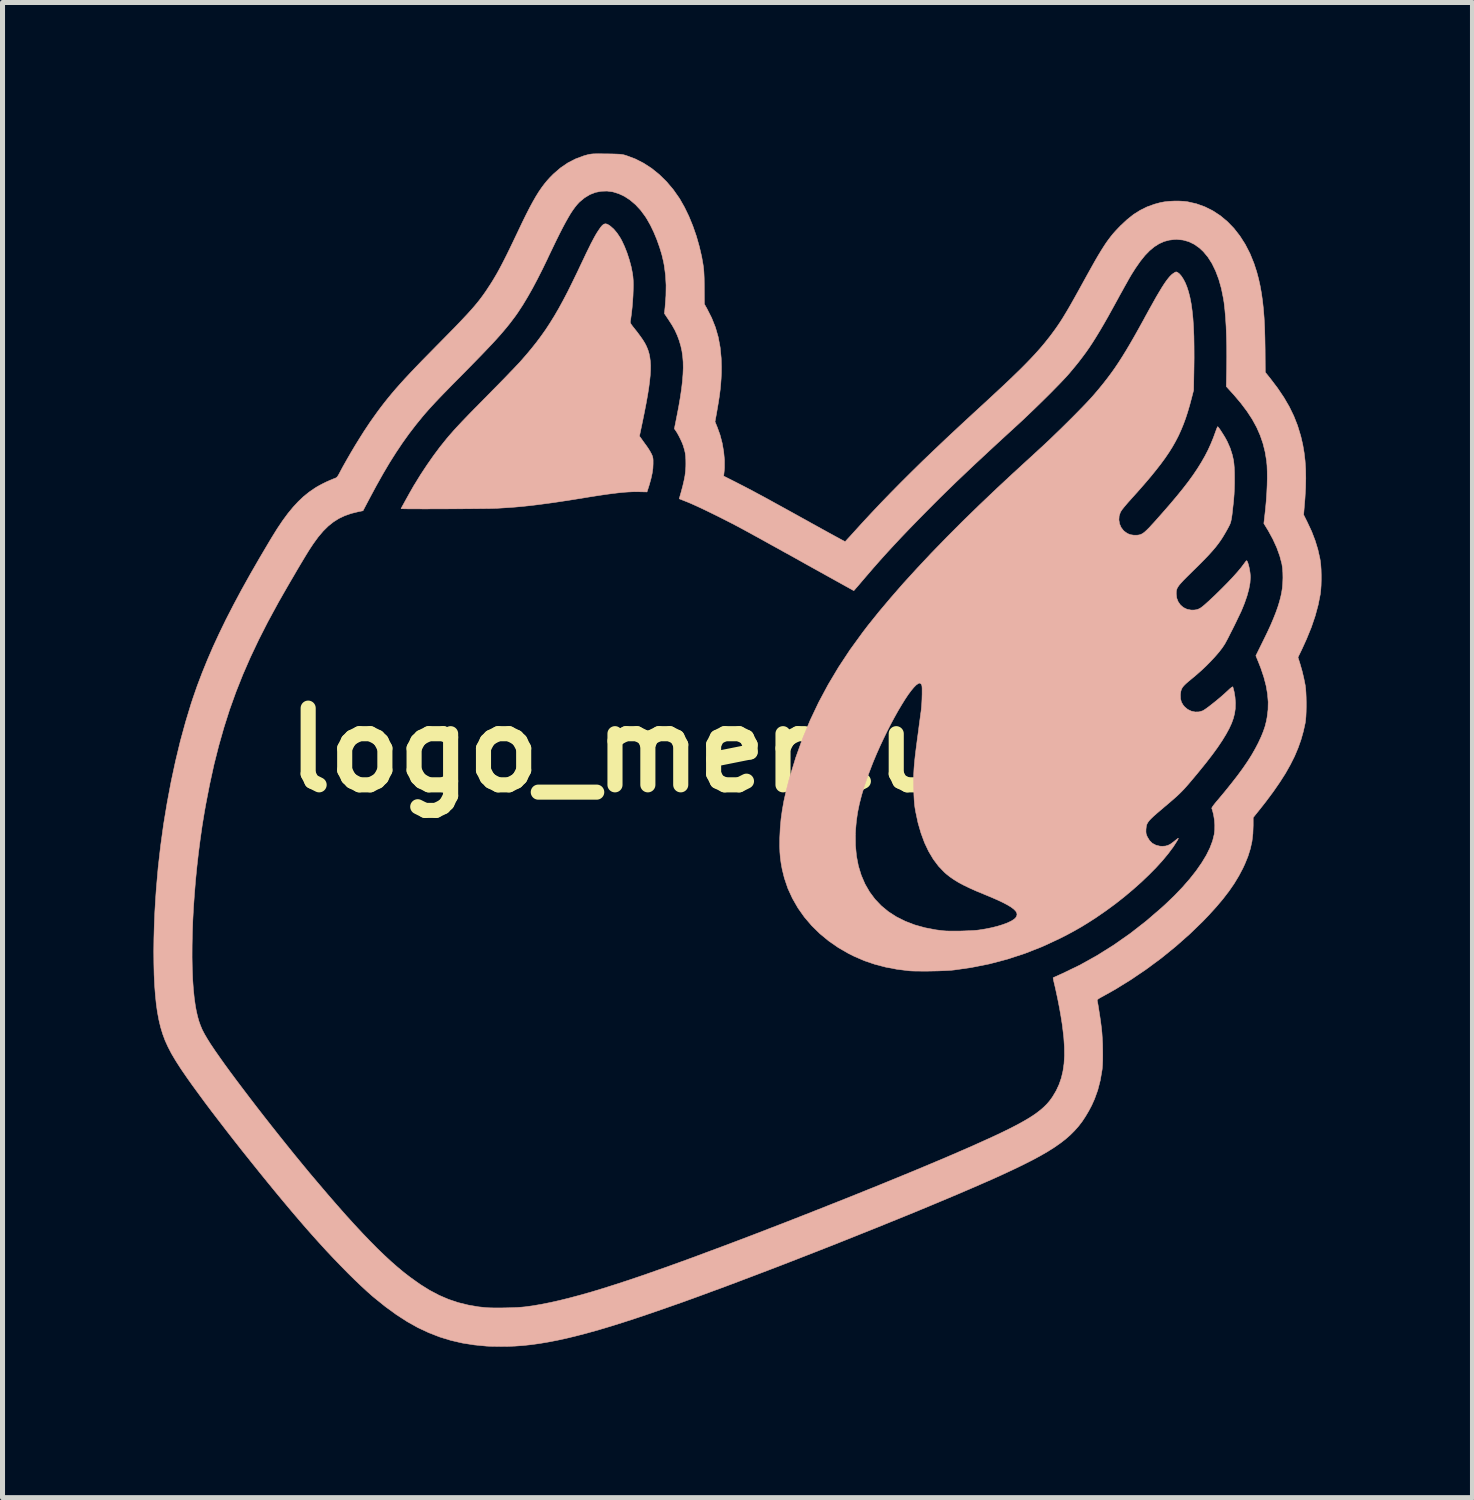
<source format=kicad_pcb>
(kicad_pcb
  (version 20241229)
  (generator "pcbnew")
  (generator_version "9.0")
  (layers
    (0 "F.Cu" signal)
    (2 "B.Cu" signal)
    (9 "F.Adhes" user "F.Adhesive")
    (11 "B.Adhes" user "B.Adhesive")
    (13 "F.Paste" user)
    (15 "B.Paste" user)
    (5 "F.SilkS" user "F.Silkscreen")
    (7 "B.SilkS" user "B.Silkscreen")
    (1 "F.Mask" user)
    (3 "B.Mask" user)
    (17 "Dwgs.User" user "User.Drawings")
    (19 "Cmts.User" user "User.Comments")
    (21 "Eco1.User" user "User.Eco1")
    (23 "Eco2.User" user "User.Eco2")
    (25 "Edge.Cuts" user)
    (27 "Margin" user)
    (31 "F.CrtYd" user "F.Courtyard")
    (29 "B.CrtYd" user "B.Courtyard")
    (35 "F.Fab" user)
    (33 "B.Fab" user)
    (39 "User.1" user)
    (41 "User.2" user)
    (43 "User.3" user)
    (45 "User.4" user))
  (footprint "logo_mercury_2"
    (layer "F.Cu")
    (at 11.6 11.854)
    (property "Reference" "logo_mercury_2" (at 0 0 0) (layer "F.SilkS") (effects (font (size 1.524 1.524) (thickness 0.3))))
    (attr through_hole)
    (fp_poly (pts (xy 3.649 -1.327) (xy 3.67 -1.304) (xy 3.678 -1.283) (xy 3.684 -1.253) (xy 3.689 -1.216) (xy 3.691 -1.171) (xy 3.69 -1.117) (xy 3.687 -1.052) (xy 3.681 -0.975) (xy 3.672 -0.883) (xy 3.66 -0.776) (xy 3.645 -0.651) (xy 3.627 -0.508) (xy 3.607 -0.359) (xy 3.589 -0.223) (xy 3.573 -0.106) (xy 3.56 -0.006) (xy 3.549 0.08) (xy 3.54 0.153) (xy 3.534 0.217) (xy 3.528 0.275) (xy 3.524 0.327) (xy 3.522 0.378) (xy 3.52 0.43) (xy 3.519 0.484) (xy 3.518 0.544) (xy 3.518 0.612) (xy 3.518 0.663) (xy 3.519 0.768) (xy 3.519 0.855) (xy 3.521 0.927) (xy 3.524 0.986) (xy 3.527 1.037) (xy 3.532 1.082) (xy 3.538 1.126) (xy 3.538 1.126) (xy 3.581 1.353) (xy 3.635 1.565) (xy 3.701 1.761) (xy 3.777 1.94) (xy 3.864 2.101) (xy 3.904 2.164) (xy 3.98 2.269) (xy 4.057 2.358) (xy 4.141 2.439) (xy 4.19 2.48) (xy 4.252 2.528) (xy 4.315 2.572) (xy 4.383 2.615) (xy 4.457 2.657) (xy 4.541 2.699) (xy 4.637 2.744) (xy 4.748 2.793) (xy 4.876 2.846) (xy 4.933 2.87) (xy 5.074 2.928) (xy 5.194 2.981) (xy 5.295 3.028) (xy 5.379 3.072) (xy 5.445 3.112) (xy 5.496 3.149) (xy 5.533 3.184) (xy 5.555 3.217) (xy 5.566 3.25) (xy 5.567 3.263) (xy 5.56 3.299) (xy 5.538 3.333) (xy 5.499 3.366) (xy 5.441 3.401) (xy 5.408 3.418) (xy 5.317 3.458) (xy 5.215 3.493) (xy 5.1 3.524) (xy 4.968 3.551) (xy 4.832 3.574) (xy 4.773 3.581) (xy 4.696 3.587) (xy 4.607 3.591) (xy 4.509 3.594) (xy 4.407 3.596) (xy 4.307 3.596) (xy 4.212 3.595) (xy 4.128 3.592) (xy 4.058 3.587) (xy 4.028 3.584) (xy 3.805 3.547) (xy 3.597 3.495) (xy 3.403 3.428) (xy 3.225 3.346) (xy 3.062 3.249) (xy 2.915 3.138) (xy 2.785 3.013) (xy 2.671 2.874) (xy 2.575 2.722) (xy 2.535 2.645) (xy 2.459 2.46) (xy 2.401 2.265) (xy 2.364 2.061) (xy 2.347 1.846) (xy 2.349 1.623) (xy 2.372 1.389) (xy 2.414 1.146) (xy 2.475 0.894) (xy 2.551 0.647) (xy 2.642 0.397) (xy 2.744 0.141) (xy 2.857 -0.116) (xy 2.977 -0.368) (xy 3.101 -0.609) (xy 3.209 -0.801) (xy 3.289 -0.934) (xy 3.362 -1.048) (xy 3.428 -1.143) (xy 3.487 -1.219) (xy 3.539 -1.276) (xy 3.583 -1.313) (xy 3.62 -1.33) (xy 3.649 -1.327)) (stroke (width 0.01) (type solid)) (fill yes) (layer "B.Mask"))
    (fp_poly (pts (xy -8.161 -3.253) (xy -8.161 -3.249) (xy -8.153 -3.234) (xy -8.133 -3.205) (xy -8.102 -3.166) (xy -8.063 -3.119) (xy -8.017 -3.066) (xy -7.968 -3.011) (xy -7.917 -2.955) (xy -7.867 -2.903) (xy -7.848 -2.884) (xy -7.741 -2.778) (xy -7.624 -2.67) (xy -7.498 -2.557) (xy -7.359 -2.439) (xy -7.206 -2.314) (xy -7.038 -2.181) (xy -6.891 -2.066) (xy -6.687 -1.911) (xy -6.479 -1.757) (xy -6.269 -1.606) (xy -6.059 -1.458) (xy -5.851 -1.315) (xy -5.648 -1.179) (xy -5.452 -1.051) (xy -5.264 -0.933) (xy -5.088 -0.826) (xy -4.925 -0.731) (xy -4.861 -0.696) (xy -4.81 -0.668) (xy -4.767 -0.643) (xy -4.735 -0.625) (xy -4.717 -0.614) (xy -4.715 -0.612) (xy -4.719 -0.601) (xy -4.729 -0.573) (xy -4.745 -0.532) (xy -4.765 -0.483) (xy -4.771 -0.467) (xy -4.844 -0.276) (xy -4.911 -0.081) (xy -4.973 0.119) (xy -5.029 0.325) (xy -5.081 0.54) (xy -5.127 0.763) (xy -5.169 0.997) (xy -5.206 1.243) (xy -5.239 1.502) (xy -5.268 1.776) (xy -5.294 2.065) (xy -5.315 2.372) (xy -5.333 2.697) (xy -5.349 3.042) (xy -5.356 3.241) (xy -5.358 3.338) (xy -5.36 3.453) (xy -5.362 3.585) (xy -5.364 3.731) (xy -5.365 3.889) (xy -5.366 4.054) (xy -5.366 4.226) (xy -5.366 4.4) (xy -5.366 4.574) (xy -5.365 4.746) (xy -5.364 4.913) (xy -5.362 5.072) (xy -5.361 5.22) (xy -5.358 5.354) (xy -5.356 5.472) (xy -5.356 5.478) (xy -5.347 5.801) (xy -5.336 6.125) (xy -5.324 6.448) (xy -5.31 6.768) (xy -5.296 7.084) (xy -5.28 7.394) (xy -5.263 7.698) (xy -5.245 7.993) (xy -5.226 8.279) (xy -5.206 8.553) (xy -5.186 8.814) (xy -5.165 9.061) (xy -5.143 9.292) (xy -5.122 9.507) (xy -5.099 9.702) (xy -5.077 9.878) (xy -5.067 9.945) (xy -5.058 10.004) (xy -5.047 10.072) (xy -5.035 10.144) (xy -5.023 10.215) (xy -5.01 10.281) (xy -4.999 10.338) (xy -4.99 10.381) (xy -4.984 10.406) (xy -4.983 10.415) (xy -4.988 10.421) (xy -5.002 10.423) (xy -5.028 10.422) (xy -5.069 10.416) (xy -5.128 10.406) (xy -5.151 10.402) (xy -5.291 10.372) (xy -5.428 10.332) (xy -5.564 10.28) (xy -5.701 10.216) (xy -5.839 10.139) (xy -5.98 10.047) (xy -6.126 9.94) (xy -6.278 9.817) (xy -6.437 9.678) (xy -6.605 9.52) (xy -6.679 9.448) (xy -6.842 9.284) (xy -7.016 9.103) (xy -7.2 8.904) (xy -7.393 8.688) (xy -7.596 8.457) (xy -7.807 8.211) (xy -8.026 7.95) (xy -8.251 7.675) (xy -8.484 7.388) (xy -8.722 7.089) (xy -8.966 6.778) (xy -9.007 6.725) (xy -9.173 6.509) (xy -9.326 6.308) (xy -9.465 6.123) (xy -9.591 5.954) (xy -9.701 5.8) (xy -9.798 5.663) (xy -9.881 5.541) (xy -9.949 5.436) (xy -10.003 5.346) (xy -10.042 5.273) (xy -10.067 5.217) (xy -10.07 5.208) (xy -10.1 5.1) (xy -10.126 4.969) (xy -10.146 4.818) (xy -10.162 4.644) (xy -10.173 4.449) (xy -10.18 4.233) (xy -10.181 4.031) (xy -10.173 3.557) (xy -10.149 3.073) (xy -10.11 2.583) (xy -10.056 2.092) (xy -9.988 1.603) (xy -9.906 1.121) (xy -9.81 0.651) (xy -9.735 0.326) (xy -9.666 0.057) (xy -9.593 -0.203) (xy -9.516 -0.455) (xy -9.434 -0.703) (xy -9.345 -0.948) (xy -9.248 -1.192) (xy -9.144 -1.437) (xy -9.03 -1.687) (xy -8.906 -1.942) (xy -8.771 -2.206) (xy -8.624 -2.48) (xy -8.464 -2.766) (xy -8.329 -3.001) (xy -8.28 -3.085) (xy -8.241 -3.15) (xy -8.211 -3.199) (xy -8.189 -3.232) (xy -8.173 -3.251) (xy -8.164 -3.258) (xy -8.161 -3.253)) (stroke (width 0.01) (type solid)) (fill yes) (layer "B.Mask"))
    (fp_poly (pts (xy -1.926 -4.48) (xy -1.91 -4.48) (xy -1.795 -4.473) (xy -1.687 -4.46) (xy -1.581 -4.441) (xy -1.474 -4.414) (xy -1.362 -4.378) (xy -1.238 -4.331) (xy -1.122 -4.283) (xy -1.049 -4.251) (xy -0.96 -4.209) (xy -0.858 -4.16) (xy -0.746 -4.105) (xy -0.626 -4.045) (xy -0.502 -3.981) (xy -0.376 -3.916) (xy -0.253 -3.851) (xy -0.187 -3.816) (xy -0.121 -3.78) (xy -0.043 -3.737) (xy 0.047 -3.688) (xy 0.146 -3.634) (xy 0.254 -3.574) (xy 0.368 -3.511) (xy 0.487 -3.445) (xy 0.611 -3.377) (xy 0.736 -3.307) (xy 0.863 -3.237) (xy 0.989 -3.167) (xy 1.112 -3.098) (xy 1.232 -3.031) (xy 1.347 -2.967) (xy 1.456 -2.906) (xy 1.556 -2.85) (xy 1.647 -2.799) (xy 1.727 -2.754) (xy 1.794 -2.716) (xy 1.848 -2.685) (xy 1.886 -2.663) (xy 1.907 -2.651) (xy 1.911 -2.648) (xy 1.905 -2.636) (xy 1.888 -2.611) (xy 1.862 -2.573) (xy 1.831 -2.528) (xy 1.81 -2.499) (xy 1.736 -2.395) (xy 1.657 -2.278) (xy 1.575 -2.156) (xy 1.495 -2.032) (xy 1.42 -1.914) (xy 1.354 -1.806) (xy 1.345 -1.791) (xy 1.311 -1.736) (xy 1.28 -1.687) (xy 1.253 -1.647) (xy 1.234 -1.621) (xy 1.224 -1.611) (xy 1.194 -1.597) (xy 1.145 -1.578) (xy 1.081 -1.554) (xy 1.004 -1.526) (xy 0.917 -1.495) (xy 0.822 -1.463) (xy 0.723 -1.429) (xy 0.622 -1.396) (xy 0.522 -1.364) (xy 0.425 -1.333) (xy 0.335 -1.305) (xy 0.255 -1.281) (xy 0.231 -1.275) (xy -0.108 -1.187) (xy -0.458 -1.112) (xy -0.821 -1.05) (xy -1.198 -1) (xy -1.591 -0.962) (xy -1.932 -0.939) (xy -2.028 -0.935) (xy -2.137 -0.931) (xy -2.258 -0.928) (xy -2.384 -0.925) (xy -2.513 -0.924) (xy -2.641 -0.923) (xy -2.763 -0.922) (xy -2.876 -0.923) (xy -2.975 -0.924) (xy -3.058 -0.927) (xy -3.075 -0.927) (xy -3.302 -0.941) (xy -3.512 -0.96) (xy -3.704 -0.984) (xy -3.877 -1.014) (xy -4.031 -1.049) (xy -4.164 -1.089) (xy -4.193 -1.1) (xy -4.305 -1.146) (xy -4.433 -1.207) (xy -4.575 -1.282) (xy -4.733 -1.371) (xy -4.904 -1.473) (xy -5.088 -1.588) (xy -5.285 -1.717) (xy -5.494 -1.857) (xy -5.715 -2.01) (xy -5.946 -2.174) (xy -6.084 -2.274) (xy -6.331 -2.456) (xy -6.56 -2.63) (xy -6.77 -2.796) (xy -6.961 -2.953) (xy -7.132 -3.101) (xy -7.284 -3.241) (xy -7.342 -3.296) (xy -7.437 -3.391) (xy -7.515 -3.476) (xy -7.576 -3.549) (xy -7.622 -3.614) (xy -7.653 -3.67) (xy -7.67 -3.719) (xy -7.675 -3.755) (xy -7.669 -3.797) (xy -7.653 -3.852) (xy -7.629 -3.914) (xy -7.6 -3.977) (xy -7.585 -4.005) (xy -7.568 -4.033) (xy -7.553 -4.052) (xy -7.533 -4.064) (xy -7.503 -4.075) (xy -7.467 -4.084) (xy -7.421 -4.096) (xy -7.372 -4.106) (xy -7.32 -4.115) (xy -7.264 -4.122) (xy -7.201 -4.129) (xy -7.13 -4.134) (xy -7.049 -4.139) (xy -6.958 -4.142) (xy -6.855 -4.145) (xy -6.738 -4.146) (xy -6.606 -4.147) (xy -6.456 -4.147) (xy -6.289 -4.147) (xy -6.102 -4.146) (xy -5.985 -4.145) (xy -5.735 -4.143) (xy -5.504 -4.143) (xy -5.29 -4.145) (xy -5.09 -4.148) (xy -4.902 -4.152) (xy -4.723 -4.159) (xy -4.551 -4.169) (xy -4.383 -4.18) (xy -4.216 -4.194) (xy -4.048 -4.212) (xy -3.877 -4.232) (xy -3.699 -4.255) (xy -3.513 -4.281) (xy -3.315 -4.312) (xy -3.103 -4.346) (xy -3.003 -4.362) (xy -2.841 -4.388) (xy -2.699 -4.411) (xy -2.573 -4.43) (xy -2.463 -4.446) (xy -2.366 -4.458) (xy -2.279 -4.468) (xy -2.201 -4.475) (xy -2.128 -4.479) (xy -2.06 -4.482) (xy -1.993 -4.482) (xy -1.926 -4.48)) (stroke (width 0.01) (type solid)) (fill yes) (layer "B.Mask"))
    (fp_poly (pts (xy 0.815 -0.768) (xy 0.812 -0.758) (xy 0.802 -0.73) (xy 0.787 -0.688) (xy 0.766 -0.635) (xy 0.742 -0.575) (xy 0.742 -0.573) (xy 0.613 -0.232) (xy 0.501 0.099) (xy 0.407 0.421) (xy 0.33 0.732) (xy 0.271 1.032) (xy 0.23 1.32) (xy 0.206 1.597) (xy 0.2 1.813) (xy 0.203 1.994) (xy 0.213 2.162) (xy 0.231 2.32) (xy 0.258 2.477) (xy 0.282 2.59) (xy 0.348 2.824) (xy 0.434 3.052) (xy 0.54 3.272) (xy 0.664 3.484) (xy 0.806 3.686) (xy 0.964 3.878) (xy 1.138 4.058) (xy 1.327 4.226) (xy 1.53 4.38) (xy 1.745 4.521) (xy 1.973 4.646) (xy 2.211 4.755) (xy 2.46 4.848) (xy 2.581 4.885) (xy 2.846 4.951) (xy 3.123 5) (xy 3.411 5.031) (xy 3.708 5.044) (xy 4.014 5.04) (xy 4.327 5.018) (xy 4.646 4.979) (xy 4.969 4.922) (xy 5.296 4.848) (xy 5.543 4.781) (xy 5.59 4.768) (xy 5.628 4.758) (xy 5.654 4.753) (xy 5.662 4.752) (xy 5.669 4.767) (xy 5.678 4.801) (xy 5.691 4.851) (xy 5.705 4.914) (xy 5.721 4.987) (xy 5.738 5.066) (xy 5.755 5.151) (xy 5.771 5.236) (xy 5.787 5.32) (xy 5.801 5.399) (xy 5.813 5.471) (xy 5.82 5.516) (xy 5.842 5.696) (xy 5.856 5.857) (xy 5.861 6) (xy 5.857 6.128) (xy 5.843 6.242) (xy 5.819 6.343) (xy 5.785 6.432) (xy 5.742 6.513) (xy 5.688 6.585) (xy 5.679 6.594) (xy 5.641 6.631) (xy 5.588 6.673) (xy 5.522 6.719) (xy 5.44 6.769) (xy 5.344 6.824) (xy 5.232 6.884) (xy 5.105 6.95) (xy 4.961 7.02) (xy 4.801 7.096) (xy 4.624 7.178) (xy 4.429 7.265) (xy 4.217 7.358) (xy 3.988 7.458) (xy 3.74 7.563) (xy 3.473 7.675) (xy 3.187 7.794) (xy 2.882 7.919) (xy 2.557 8.051) (xy 2.212 8.191) (xy 1.847 8.337) (xy 1.839 8.34) (xy 1.374 8.525) (xy 0.926 8.702) (xy 0.494 8.87) (xy 0.078 9.03) (xy -0.32 9.182) (xy -0.7 9.325) (xy -1.064 9.459) (xy -1.409 9.584) (xy -1.736 9.701) (xy -2.045 9.808) (xy -2.335 9.907) (xy -2.606 9.996) (xy -2.858 10.076) (xy -3.091 10.147) (xy -3.305 10.208) (xy -3.368 10.225) (xy -3.474 10.253) (xy -3.585 10.281) (xy -3.697 10.307) (xy -3.807 10.332) (xy -3.914 10.355) (xy -4.013 10.375) (xy -4.102 10.391) (xy -4.178 10.403) (xy -4.239 10.411) (xy -4.281 10.414) (xy -4.315 10.414) (xy -4.344 10.295) (xy -4.371 10.168) (xy -4.398 10.022) (xy -4.424 9.854) (xy -4.449 9.666) (xy -4.474 9.457) (xy -4.498 9.227) (xy -4.522 8.975) (xy -4.544 8.702) (xy -4.567 8.408) (xy -4.588 8.092) (xy -4.609 7.754) (xy -4.626 7.46) (xy -4.653 6.947) (xy -4.675 6.447) (xy -4.693 5.961) (xy -4.706 5.488) (xy -4.716 5.03) (xy -4.72 4.587) (xy -4.721 4.16) (xy -4.717 3.749) (xy -4.709 3.355) (xy -4.696 2.979) (xy -4.68 2.62) (xy -4.659 2.28) (xy -4.634 1.959) (xy -4.604 1.658) (xy -4.57 1.377) (xy -4.532 1.118) (xy -4.516 1.018) (xy -4.473 0.79) (xy -4.425 0.577) (xy -4.37 0.37) (xy -4.307 0.163) (xy -4.278 0.076) (xy -4.258 0.02) (xy -4.236 -0.044) (xy -4.211 -0.111) (xy -4.186 -0.178) (xy -4.161 -0.242) (xy -4.139 -0.299) (xy -4.121 -0.345) (xy -4.107 -0.376) (xy -4.102 -0.387) (xy -4.089 -0.389) (xy -4.061 -0.386) (xy -4.024 -0.38) (xy -3.978 -0.371) (xy -3.914 -0.361) (xy -3.837 -0.35) (xy -3.752 -0.338) (xy -3.661 -0.326) (xy -3.57 -0.315) (xy -3.484 -0.305) (xy -3.406 -0.297) (xy -3.395 -0.296) (xy -3.337 -0.292) (xy -3.26 -0.289) (xy -3.166 -0.286) (xy -3.058 -0.284) (xy -2.939 -0.282) (xy -2.812 -0.281) (xy -2.678 -0.281) (xy -2.542 -0.281) (xy -2.405 -0.282) (xy -2.271 -0.284) (xy -2.141 -0.286) (xy -2.02 -0.289) (xy -1.909 -0.292) (xy -1.811 -0.296) (xy -1.729 -0.3) (xy -1.7 -0.302) (xy -1.387 -0.328) (xy -1.091 -0.359) (xy -0.811 -0.395) (xy -0.542 -0.437) (xy -0.282 -0.485) (xy -0.026 -0.54) (xy 0.229 -0.603) (xy 0.486 -0.674) (xy 0.613 -0.711) (xy 0.676 -0.73) (xy 0.73 -0.746) (xy 0.774 -0.758) (xy 0.803 -0.766) (xy 0.815 -0.768) (xy 0.815 -0.768)) (stroke (width 0.01) (type solid)) (fill yes) (layer "B.Mask"))
    (fp_poly (pts (xy -2.585 -10.45) (xy -2.545 -10.427) (xy -2.519 -10.408) (xy -2.454 -10.35) (xy -2.39 -10.274) (xy -2.329 -10.182) (xy -2.297 -10.125) (xy -2.242 -10.008) (xy -2.191 -9.878) (xy -2.146 -9.74) (xy -2.109 -9.602) (xy -2.083 -9.47) (xy -2.075 -9.41) (xy -2.069 -9.337) (xy -2.067 -9.245) (xy -2.069 -9.141) (xy -2.073 -9.027) (xy -2.081 -8.908) (xy -2.091 -8.788) (xy -2.104 -8.671) (xy -2.119 -8.562) (xy -2.126 -8.519) (xy -2.127 -8.5) (xy -2.122 -8.482) (xy -2.108 -8.458) (xy -2.084 -8.425) (xy -2.062 -8.397) (xy -1.988 -8.304) (xy -1.928 -8.223) (xy -1.879 -8.153) (xy -1.84 -8.09) (xy -1.809 -8.031) (xy -1.785 -7.974) (xy -1.773 -7.942) (xy -1.753 -7.875) (xy -1.739 -7.804) (xy -1.729 -7.727) (xy -1.724 -7.642) (xy -1.725 -7.549) (xy -1.731 -7.445) (xy -1.743 -7.328) (xy -1.76 -7.198) (xy -1.783 -7.053) (xy -1.812 -6.891) (xy -1.847 -6.711) (xy -1.884 -6.529) (xy -1.945 -6.239) (xy -1.903 -6.181) (xy -1.877 -6.144) (xy -1.844 -6.098) (xy -1.81 -6.052) (xy -1.802 -6.041) (xy -1.769 -5.993) (xy -1.737 -5.941) (xy -1.712 -5.895) (xy -1.707 -5.886) (xy -1.692 -5.853) (xy -1.683 -5.826) (xy -1.677 -5.798) (xy -1.674 -5.763) (xy -1.674 -5.714) (xy -1.674 -5.687) (xy -1.678 -5.598) (xy -1.692 -5.502) (xy -1.715 -5.396) (xy -1.748 -5.276) (xy -1.77 -5.207) (xy -1.795 -5.13) (xy -1.933 -5.133) (xy -2.009 -5.134) (xy -2.087 -5.133) (xy -2.169 -5.129) (xy -2.259 -5.123) (xy -2.357 -5.113) (xy -2.466 -5.1) (xy -2.588 -5.084) (xy -2.725 -5.064) (xy -2.88 -5.04) (xy -3.042 -5.014) (xy -3.262 -4.978) (xy -3.463 -4.947) (xy -3.648 -4.919) (xy -3.818 -4.896) (xy -3.977 -4.875) (xy -4.128 -4.857) (xy -4.272 -4.842) (xy -4.412 -4.829) (xy -4.551 -4.819) (xy -4.692 -4.81) (xy -4.793 -4.804) (xy -4.83 -4.803) (xy -4.886 -4.801) (xy -4.956 -4.8) (xy -5.041 -4.799) (xy -5.137 -4.798) (xy -5.242 -4.797) (xy -5.356 -4.796) (xy -5.475 -4.795) (xy -5.599 -4.794) (xy -5.724 -4.794) (xy -5.849 -4.793) (xy -5.973 -4.793) (xy -6.093 -4.793) (xy -6.207 -4.792) (xy -6.313 -4.793) (xy -6.409 -4.793) (xy -6.494 -4.793) (xy -6.566 -4.794) (xy -6.622 -4.795) (xy -6.66 -4.796) (xy -6.679 -4.797) (xy -6.681 -4.797) (xy -6.676 -4.809) (xy -6.662 -4.837) (xy -6.639 -4.878) (xy -6.611 -4.929) (xy -6.579 -4.987) (xy -6.544 -5.05) (xy -6.509 -5.113) (xy -6.474 -5.174) (xy -6.442 -5.23) (xy -6.414 -5.278) (xy -6.413 -5.278) (xy -6.296 -5.469) (xy -6.17 -5.66) (xy -6.04 -5.846) (xy -5.91 -6.021) (xy -5.782 -6.18) (xy -5.775 -6.189) (xy -5.731 -6.241) (xy -5.686 -6.292) (xy -5.64 -6.345) (xy -5.59 -6.4) (xy -5.535 -6.459) (xy -5.474 -6.524) (xy -5.406 -6.595) (xy -5.328 -6.676) (xy -5.24 -6.766) (xy -5.139 -6.868) (xy -5.026 -6.983) (xy -4.948 -7.062) (xy -4.856 -7.156) (xy -4.765 -7.248) (xy -4.676 -7.339) (xy -4.592 -7.425) (xy -4.515 -7.506) (xy -4.445 -7.578) (xy -4.386 -7.641) (xy -4.338 -7.691) (xy -4.304 -7.728) (xy -4.304 -7.729) (xy -4.191 -7.858) (xy -4.086 -7.984) (xy -3.988 -8.107) (xy -3.895 -8.232) (xy -3.805 -8.359) (xy -3.719 -8.491) (xy -3.633 -8.63) (xy -3.547 -8.778) (xy -3.46 -8.937) (xy -3.37 -9.109) (xy -3.277 -9.297) (xy -3.177 -9.503) (xy -3.12 -9.624) (xy -3.056 -9.758) (xy -3.001 -9.875) (xy -2.952 -9.974) (xy -2.91 -10.06) (xy -2.872 -10.132) (xy -2.839 -10.194) (xy -2.809 -10.247) (xy -2.781 -10.293) (xy -2.758 -10.327) (xy -2.717 -10.387) (xy -2.682 -10.428) (xy -2.65 -10.451) (xy -2.619 -10.458) (xy -2.585 -10.45)) (stroke (width 0.01) (type solid)) (fill yes) (layer "B.SilkS"))
    (fp_poly (pts (xy 8.729 -9.5) (xy 8.746 -9.492) (xy 8.784 -9.463) (xy 8.824 -9.416) (xy 8.864 -9.354) (xy 8.902 -9.28) (xy 8.933 -9.203) (xy 8.965 -9.104) (xy 8.993 -8.993) (xy 9.017 -8.869) (xy 9.036 -8.731) (xy 9.052 -8.578) (xy 9.063 -8.409) (xy 9.071 -8.222) (xy 9.074 -8.017) (xy 9.075 -7.792) (xy 9.073 -7.62) (xy 9.065 -7.151) (xy 9.028 -7.007) (xy 8.987 -6.853) (xy 8.947 -6.717) (xy 8.907 -6.594) (xy 8.865 -6.48) (xy 8.821 -6.372) (xy 8.773 -6.265) (xy 8.752 -6.222) (xy 8.699 -6.121) (xy 8.64 -6.018) (xy 8.574 -5.913) (xy 8.499 -5.803) (xy 8.414 -5.687) (xy 8.318 -5.564) (xy 8.211 -5.432) (xy 8.09 -5.29) (xy 7.955 -5.136) (xy 7.83 -4.997) (xy 7.753 -4.911) (xy 7.692 -4.839) (xy 7.647 -4.783) (xy 7.619 -4.741) (xy 7.611 -4.727) (xy 7.586 -4.652) (xy 7.581 -4.574) (xy 7.594 -4.497) (xy 7.624 -4.426) (xy 7.67 -4.365) (xy 7.691 -4.346) (xy 7.749 -4.305) (xy 7.807 -4.281) (xy 7.873 -4.271) (xy 7.903 -4.27) (xy 7.946 -4.271) (xy 7.983 -4.276) (xy 8.017 -4.286) (xy 8.051 -4.303) (xy 8.087 -4.329) (xy 8.128 -4.366) (xy 8.177 -4.414) (xy 8.235 -4.477) (xy 8.284 -4.53) (xy 8.448 -4.715) (xy 8.597 -4.886) (xy 8.731 -5.045) (xy 8.852 -5.194) (xy 8.961 -5.335) (xy 9.058 -5.469) (xy 9.144 -5.597) (xy 9.221 -5.721) (xy 9.29 -5.842) (xy 9.352 -5.962) (xy 9.407 -6.083) (xy 9.457 -6.205) (xy 9.499 -6.32) (xy 9.515 -6.364) (xy 9.529 -6.4) (xy 9.539 -6.422) (xy 9.544 -6.427) (xy 9.554 -6.418) (xy 9.573 -6.394) (xy 9.598 -6.358) (xy 9.627 -6.313) (xy 9.658 -6.264) (xy 9.688 -6.215) (xy 9.714 -6.168) (xy 9.734 -6.13) (xy 9.791 -6.001) (xy 9.833 -5.869) (xy 9.858 -5.759) (xy 9.866 -5.695) (xy 9.873 -5.614) (xy 9.877 -5.519) (xy 9.878 -5.415) (xy 9.878 -5.305) (xy 9.875 -5.194) (xy 9.87 -5.085) (xy 9.862 -4.983) (xy 9.858 -4.936) (xy 9.846 -4.832) (xy 9.837 -4.747) (xy 9.829 -4.678) (xy 9.821 -4.623) (xy 9.813 -4.578) (xy 9.805 -4.542) (xy 9.796 -4.512) (xy 9.785 -4.484) (xy 9.771 -4.456) (xy 9.755 -4.425) (xy 9.745 -4.406) (xy 9.699 -4.324) (xy 9.654 -4.248) (xy 9.608 -4.176) (xy 9.559 -4.107) (xy 9.505 -4.037) (xy 9.444 -3.965) (xy 9.375 -3.888) (xy 9.295 -3.804) (xy 9.203 -3.71) (xy 9.097 -3.605) (xy 9.068 -3.577) (xy 8.985 -3.495) (xy 8.916 -3.427) (xy 8.86 -3.37) (xy 8.816 -3.322) (xy 8.782 -3.283) (xy 8.758 -3.249) (xy 8.74 -3.22) (xy 8.73 -3.192) (xy 8.723 -3.165) (xy 8.721 -3.136) (xy 8.72 -3.104) (xy 8.72 -3.103) (xy 8.73 -3.021) (xy 8.759 -2.947) (xy 8.804 -2.884) (xy 8.862 -2.834) (xy 8.932 -2.8) (xy 9.01 -2.784) (xy 9.034 -2.783) (xy 9.082 -2.784) (xy 9.122 -2.79) (xy 9.16 -2.802) (xy 9.198 -2.821) (xy 9.24 -2.851) (xy 9.29 -2.893) (xy 9.351 -2.948) (xy 9.363 -2.958) (xy 9.499 -3.086) (xy 9.625 -3.21) (xy 9.741 -3.327) (xy 9.844 -3.436) (xy 9.934 -3.536) (xy 10.009 -3.626) (xy 10.068 -3.704) (xy 10.07 -3.707) (xy 10.092 -3.737) (xy 10.109 -3.758) (xy 10.117 -3.765) (xy 10.128 -3.756) (xy 10.141 -3.728) (xy 10.154 -3.687) (xy 10.167 -3.636) (xy 10.178 -3.579) (xy 10.187 -3.521) (xy 10.192 -3.466) (xy 10.193 -3.431) (xy 10.186 -3.322) (xy 10.163 -3.199) (xy 10.126 -3.063) (xy 10.075 -2.916) (xy 10.03 -2.805) (xy 10.011 -2.76) (xy 9.983 -2.701) (xy 9.949 -2.631) (xy 9.912 -2.553) (xy 9.872 -2.471) (xy 9.831 -2.389) (xy 9.791 -2.311) (xy 9.755 -2.239) (xy 9.723 -2.178) (xy 9.697 -2.131) (xy 9.685 -2.109) (xy 9.636 -2.035) (xy 9.571 -1.95) (xy 9.492 -1.859) (xy 9.403 -1.763) (xy 9.306 -1.665) (xy 9.203 -1.569) (xy 9.097 -1.476) (xy 9.034 -1.424) (xy 8.965 -1.367) (xy 8.911 -1.32) (xy 8.871 -1.28) (xy 8.842 -1.244) (xy 8.824 -1.209) (xy 8.812 -1.172) (xy 8.806 -1.13) (xy 8.803 -1.096) (xy 8.806 -1.019) (xy 8.823 -0.954) (xy 8.857 -0.896) (xy 8.887 -0.86) (xy 8.948 -0.809) (xy 9.019 -0.775) (xy 9.096 -0.758) (xy 9.173 -0.76) (xy 9.244 -0.781) (xy 9.272 -0.797) (xy 9.314 -0.825) (xy 9.366 -0.863) (xy 9.425 -0.909) (xy 9.489 -0.96) (xy 9.555 -1.014) (xy 9.619 -1.068) (xy 9.678 -1.12) (xy 9.73 -1.168) (xy 9.736 -1.173) (xy 9.783 -1.217) (xy 9.817 -1.245) (xy 9.838 -1.258) (xy 9.845 -1.257) (xy 9.87 -1.162) (xy 9.888 -1.054) (xy 9.896 -0.941) (xy 9.893 -0.83) (xy 9.892 -0.815) (xy 9.879 -0.726) (xy 9.855 -0.632) (xy 9.819 -0.532) (xy 9.77 -0.426) (xy 9.707 -0.311) (xy 9.631 -0.187) (xy 9.541 -0.053) (xy 9.436 0.091) (xy 9.315 0.248) (xy 9.178 0.417) (xy 9.12 0.488) (xy 9.046 0.576) (xy 8.983 0.651) (xy 8.928 0.714) (xy 8.879 0.769) (xy 8.832 0.818) (xy 8.785 0.865) (xy 8.735 0.912) (xy 8.678 0.963) (xy 8.613 1.019) (xy 8.536 1.085) (xy 8.492 1.122) (xy 8.404 1.197) (xy 8.331 1.259) (xy 8.272 1.311) (xy 8.226 1.355) (xy 8.19 1.392) (xy 8.164 1.425) (xy 8.146 1.454) (xy 8.133 1.483) (xy 8.126 1.512) (xy 8.122 1.544) (xy 8.119 1.574) (xy 8.118 1.621) (xy 8.121 1.656) (xy 8.132 1.691) (xy 8.145 1.722) (xy 8.189 1.795) (xy 8.245 1.851) (xy 8.315 1.888) (xy 8.396 1.908) (xy 8.447 1.91) (xy 8.506 1.906) (xy 8.558 1.891) (xy 8.61 1.864) (xy 8.668 1.821) (xy 8.668 1.821) (xy 8.713 1.785) (xy 8.742 1.762) (xy 8.758 1.752) (xy 8.763 1.754) (xy 8.757 1.767) (xy 8.743 1.792) (xy 8.742 1.795) (xy 8.663 1.919) (xy 8.565 2.051) (xy 8.451 2.189) (xy 8.322 2.331) (xy 8.179 2.476) (xy 8.025 2.623) (xy 7.861 2.769) (xy 7.688 2.914) (xy 7.509 3.055) (xy 7.325 3.19) (xy 7.138 3.319) (xy 7.127 3.327) (xy 6.979 3.422) (xy 6.838 3.509) (xy 6.696 3.59) (xy 6.546 3.671) (xy 6.394 3.748) (xy 6.055 3.905) (xy 5.711 4.04) (xy 5.362 4.154) (xy 5.005 4.248) (xy 4.642 4.32) (xy 4.307 4.368) (xy 4.247 4.374) (xy 4.17 4.379) (xy 4.08 4.383) (xy 3.982 4.387) (xy 3.878 4.389) (xy 3.775 4.391) (xy 3.675 4.391) (xy 3.582 4.39) (xy 3.502 4.389) (xy 3.437 4.386) (xy 3.412 4.384) (xy 3.172 4.354) (xy 2.946 4.311) (xy 2.732 4.255) (xy 2.526 4.185) (xy 2.324 4.098) (xy 2.213 4.043) (xy 2.008 3.925) (xy 1.816 3.792) (xy 1.639 3.646) (xy 1.477 3.487) (xy 1.332 3.317) (xy 1.204 3.136) (xy 1.095 2.946) (xy 1.004 2.748) (xy 0.934 2.542) (xy 0.89 2.363) (xy 0.869 2.246) (xy 0.854 2.135) (xy 0.845 2.024) (xy 0.841 1.906) (xy 0.842 1.775) (xy 0.843 1.728) (xy 0.846 1.673) (xy 2.345 1.673) (xy 2.347 1.895) (xy 2.367 2.105) (xy 2.405 2.302) (xy 2.462 2.487) (xy 2.536 2.659) (xy 2.627 2.817) (xy 2.735 2.962) (xy 2.86 3.093) (xy 3.002 3.21) (xy 3.16 3.312) (xy 3.334 3.399) (xy 3.523 3.472) (xy 3.728 3.529) (xy 3.948 3.571) (xy 4.092 3.589) (xy 4.15 3.593) (xy 4.226 3.595) (xy 4.314 3.595) (xy 4.409 3.595) (xy 4.506 3.592) (xy 4.601 3.588) (xy 4.687 3.584) (xy 4.761 3.578) (xy 4.803 3.573) (xy 4.934 3.552) (xy 5.057 3.527) (xy 5.172 3.498) (xy 5.275 3.466) (xy 5.366 3.432) (xy 5.44 3.397) (xy 5.497 3.361) (xy 5.528 3.333) (xy 5.549 3.3) (xy 5.557 3.266) (xy 5.551 3.232) (xy 5.53 3.197) (xy 5.492 3.159) (xy 5.439 3.119) (xy 5.368 3.076) (xy 5.279 3.029) (xy 5.171 2.978) (xy 5.043 2.922) (xy 4.895 2.861) (xy 4.892 2.859) (xy 4.741 2.797) (xy 4.61 2.738) (xy 4.494 2.682) (xy 4.393 2.628) (xy 4.304 2.573) (xy 4.224 2.518) (xy 4.151 2.46) (xy 4.111 2.424) (xy 3.997 2.305) (xy 3.894 2.168) (xy 3.801 2.012) (xy 3.719 1.839) (xy 3.649 1.649) (xy 3.589 1.442) (xy 3.542 1.221) (xy 3.528 1.137) (xy 3.52 1.073) (xy 3.513 0.989) (xy 3.508 0.887) (xy 3.505 0.768) (xy 3.504 0.74) (xy 3.503 0.657) (xy 3.502 0.581) (xy 3.503 0.509) (xy 3.506 0.438) (xy 3.51 0.365) (xy 3.516 0.288) (xy 3.524 0.204) (xy 3.534 0.11) (xy 3.547 0.003) (xy 3.563 -0.12) (xy 3.581 -0.261) (xy 3.585 -0.287) (xy 3.598 -0.382) (xy 3.61 -0.477) (xy 3.622 -0.567) (xy 3.633 -0.648) (xy 3.642 -0.718) (xy 3.65 -0.771) (xy 3.652 -0.79) (xy 3.658 -0.85) (xy 3.664 -0.923) (xy 3.668 -1.003) (xy 3.67 -1.081) (xy 3.671 -1.107) (xy 3.671 -1.175) (xy 3.671 -1.225) (xy 3.669 -1.259) (xy 3.666 -1.282) (xy 3.661 -1.298) (xy 3.654 -1.309) (xy 3.649 -1.315) (xy 3.631 -1.33) (xy 3.615 -1.331) (xy 3.592 -1.321) (xy 3.552 -1.293) (xy 3.505 -1.245) (xy 3.451 -1.18) (xy 3.392 -1.1) (xy 3.329 -1.005) (xy 3.262 -0.897) (xy 3.192 -0.779) (xy 3.121 -0.652) (xy 3.048 -0.516) (xy 2.976 -0.375) (xy 2.905 -0.229) (xy 2.835 -0.08) (xy 2.768 0.07) (xy 2.705 0.22) (xy 2.678 0.288) (xy 2.596 0.503) (xy 2.527 0.703) (xy 2.47 0.89) (xy 2.424 1.069) (xy 2.389 1.24) (xy 2.365 1.408) (xy 2.35 1.574) (xy 2.345 1.673) (xy 0.846 1.673) (xy 0.852 1.547) (xy 0.868 1.369) (xy 0.893 1.189) (xy 0.926 1.004) (xy 0.97 0.81) (xy 1.023 0.602) (xy 1.045 0.525) (xy 1.162 0.143) (xy 1.296 -0.23) (xy 1.447 -0.594) (xy 1.616 -0.95) (xy 1.804 -1.301) (xy 2.011 -1.648) (xy 2.238 -1.992) (xy 2.487 -2.335) (xy 2.593 -2.474) (xy 2.809 -2.743) (xy 3.044 -3.022) (xy 3.296 -3.311) (xy 3.567 -3.608) (xy 3.854 -3.914) (xy 4.158 -4.227) (xy 4.477 -4.547) (xy 4.812 -4.873) (xy 5.162 -5.206) (xy 5.466 -5.489) (xy 5.546 -5.562) (xy 5.637 -5.646) (xy 5.734 -5.735) (xy 5.833 -5.825) (xy 5.927 -5.912) (xy 6.013 -5.991) (xy 6.024 -6.001) (xy 6.118 -6.088) (xy 6.218 -6.182) (xy 6.322 -6.283) (xy 6.429 -6.386) (xy 6.535 -6.491) (xy 6.64 -6.595) (xy 6.74 -6.696) (xy 6.834 -6.792) (xy 6.92 -6.881) (xy 6.995 -6.961) (xy 7.057 -7.029) (xy 7.091 -7.068) (xy 7.182 -7.175) (xy 7.266 -7.278) (xy 7.346 -7.38) (xy 7.423 -7.483) (xy 7.498 -7.588) (xy 7.572 -7.698) (xy 7.647 -7.815) (xy 7.725 -7.941) (xy 7.806 -8.078) (xy 7.893 -8.229) (xy 7.986 -8.395) (xy 8.087 -8.578) (xy 8.1 -8.603) (xy 8.184 -8.756) (xy 8.259 -8.89) (xy 8.325 -9.008) (xy 8.385 -9.109) (xy 8.437 -9.195) (xy 8.484 -9.268) (xy 8.526 -9.328) (xy 8.564 -9.377) (xy 8.598 -9.417) (xy 8.63 -9.448) (xy 8.66 -9.471) (xy 8.662 -9.472) (xy 8.693 -9.492) (xy 8.713 -9.501) (xy 8.729 -9.5)) (stroke (width 0.01) (type solid)) (fill yes) (layer "B.SilkS"))
    (fp_poly (pts (xy -2.692 -11.848) (xy -2.604 -11.847) (xy -2.596 -11.847) (xy -2.507 -11.846) (xy -2.437 -11.844) (xy -2.382 -11.842) (xy -2.339 -11.84) (xy -2.305 -11.836) (xy -2.276 -11.832) (xy -2.249 -11.826) (xy -2.22 -11.817) (xy -2.203 -11.812) (xy -2.031 -11.748) (xy -1.864 -11.663) (xy -1.703 -11.559) (xy -1.551 -11.436) (xy -1.407 -11.295) (xy -1.274 -11.138) (xy -1.153 -10.966) (xy -1.143 -10.95) (xy -1.051 -10.788) (xy -0.964 -10.609) (xy -0.885 -10.416) (xy -0.815 -10.215) (xy -0.756 -10.008) (xy -0.708 -9.801) (xy -0.683 -9.658) (xy -0.675 -9.606) (xy -0.669 -9.555) (xy -0.665 -9.503) (xy -0.662 -9.445) (xy -0.659 -9.377) (xy -0.658 -9.295) (xy -0.657 -9.196) (xy -0.657 -9.182) (xy -0.655 -8.862) (xy -0.604 -8.772) (xy -0.511 -8.589) (xy -0.436 -8.401) (xy -0.38 -8.207) (xy -0.342 -8.004) (xy -0.321 -7.789) (xy -0.316 -7.614) (xy -0.317 -7.499) (xy -0.322 -7.387) (xy -0.33 -7.275) (xy -0.341 -7.159) (xy -0.357 -7.035) (xy -0.378 -6.899) (xy -0.404 -6.747) (xy -0.415 -6.683) (xy -0.444 -6.525) (xy -0.4 -6.418) (xy -0.344 -6.263) (xy -0.301 -6.099) (xy -0.272 -5.932) (xy -0.256 -5.766) (xy -0.256 -5.607) (xy -0.262 -5.536) (xy -0.272 -5.445) (xy -0.032 -5.324) (xy 0.048 -5.283) (xy 0.132 -5.24) (xy 0.22 -5.194) (xy 0.313 -5.145) (xy 0.413 -5.091) (xy 0.522 -5.033) (xy 0.641 -4.968) (xy 0.771 -4.896) (xy 0.915 -4.817) (xy 1.073 -4.73) (xy 1.248 -4.633) (xy 1.44 -4.527) (xy 1.451 -4.52) (xy 1.564 -4.458) (xy 1.672 -4.398) (xy 1.772 -4.343) (xy 1.863 -4.293) (xy 1.945 -4.248) (xy 2.014 -4.211) (xy 2.07 -4.18) (xy 2.111 -4.159) (xy 2.135 -4.146) (xy 2.142 -4.144) (xy 2.151 -4.152) (xy 2.172 -4.175) (xy 2.204 -4.21) (xy 2.244 -4.253) (xy 2.29 -4.304) (xy 2.308 -4.324) (xy 2.488 -4.522) (xy 2.671 -4.719) (xy 2.858 -4.917) (xy 3.051 -5.116) (xy 3.251 -5.319) (xy 3.459 -5.526) (xy 3.677 -5.74) (xy 3.907 -5.96) (xy 4.149 -6.19) (xy 4.405 -6.429) (xy 4.676 -6.68) (xy 4.809 -6.802) (xy 4.983 -6.962) (xy 5.14 -7.108) (xy 5.283 -7.241) (xy 5.413 -7.364) (xy 5.531 -7.478) (xy 5.638 -7.582) (xy 5.735 -7.68) (xy 5.823 -7.771) (xy 5.904 -7.857) (xy 5.978 -7.939) (xy 6.047 -8.018) (xy 6.112 -8.096) (xy 6.174 -8.174) (xy 6.212 -8.222) (xy 6.264 -8.292) (xy 6.315 -8.361) (xy 6.364 -8.431) (xy 6.413 -8.504) (xy 6.463 -8.582) (xy 6.515 -8.668) (xy 6.572 -8.763) (xy 6.633 -8.869) (xy 6.7 -8.988) (xy 6.775 -9.123) (xy 6.859 -9.275) (xy 6.87 -9.295) (xy 6.956 -9.451) (xy 7.033 -9.589) (xy 7.102 -9.712) (xy 7.164 -9.819) (xy 7.222 -9.915) (xy 7.275 -9.999) (xy 7.324 -10.074) (xy 7.372 -10.141) (xy 7.419 -10.203) (xy 7.466 -10.261) (xy 7.515 -10.316) (xy 7.567 -10.371) (xy 7.614 -10.42) (xy 7.744 -10.541) (xy 7.872 -10.643) (xy 8.004 -10.726) (xy 8.141 -10.794) (xy 8.288 -10.847) (xy 8.41 -10.88) (xy 8.487 -10.894) (xy 8.579 -10.904) (xy 8.678 -10.909) (xy 8.778 -10.909) (xy 8.873 -10.904) (xy 8.947 -10.895) (xy 9.122 -10.855) (xy 9.289 -10.795) (xy 9.447 -10.716) (xy 9.597 -10.618) (xy 9.737 -10.501) (xy 9.866 -10.368) (xy 9.984 -10.217) (xy 10.09 -10.051) (xy 10.184 -9.869) (xy 10.264 -9.672) (xy 10.319 -9.503) (xy 10.355 -9.368) (xy 10.386 -9.229) (xy 10.412 -9.084) (xy 10.434 -8.93) (xy 10.452 -8.766) (xy 10.466 -8.59) (xy 10.476 -8.398) (xy 10.482 -8.189) (xy 10.486 -7.96) (xy 10.486 -7.948) (xy 10.489 -7.508) (xy 10.588 -7.385) (xy 10.733 -7.194) (xy 10.859 -7.007) (xy 10.966 -6.823) (xy 11.056 -6.638) (xy 11.13 -6.45) (xy 11.189 -6.257) (xy 11.198 -6.224) (xy 11.234 -6.068) (xy 11.261 -5.91) (xy 11.28 -5.749) (xy 11.291 -5.581) (xy 11.294 -5.402) (xy 11.29 -5.211) (xy 11.278 -5.003) (xy 11.268 -4.881) (xy 11.251 -4.676) (xy 11.324 -4.53) (xy 11.411 -4.344) (xy 11.48 -4.164) (xy 11.534 -3.987) (xy 11.574 -3.809) (xy 11.581 -3.77) (xy 11.591 -3.689) (xy 11.598 -3.592) (xy 11.601 -3.486) (xy 11.601 -3.376) (xy 11.598 -3.27) (xy 11.591 -3.173) (xy 11.582 -3.097) (xy 11.54 -2.885) (xy 11.481 -2.667) (xy 11.404 -2.44) (xy 11.308 -2.205) (xy 11.218 -2.007) (xy 11.139 -1.844) (xy 11.18 -1.714) (xy 11.221 -1.571) (xy 11.254 -1.433) (xy 11.283 -1.288) (xy 11.283 -1.287) (xy 11.291 -1.224) (xy 11.297 -1.144) (xy 11.301 -1.053) (xy 11.303 -0.956) (xy 11.303 -0.856) (xy 11.301 -0.76) (xy 11.297 -0.671) (xy 11.29 -0.595) (xy 11.283 -0.541) (xy 11.246 -0.373) (xy 11.199 -0.207) (xy 11.141 -0.043) (xy 11.071 0.123) (xy 10.987 0.29) (xy 10.89 0.462) (xy 10.777 0.639) (xy 10.649 0.824) (xy 10.504 1.019) (xy 10.395 1.158) (xy 10.249 1.34) (xy 10.249 1.496) (xy 10.243 1.659) (xy 10.225 1.812) (xy 10.192 1.961) (xy 10.145 2.111) (xy 10.082 2.265) (xy 10.044 2.347) (xy 9.964 2.498) (xy 9.873 2.649) (xy 9.769 2.8) (xy 9.65 2.955) (xy 9.516 3.114) (xy 9.365 3.28) (xy 9.25 3.4) (xy 8.99 3.652) (xy 8.713 3.897) (xy 8.424 4.132) (xy 8.124 4.354) (xy 7.817 4.562) (xy 7.508 4.753) (xy 7.269 4.887) (xy 7.217 4.915) (xy 7.182 4.936) (xy 7.161 4.952) (xy 7.151 4.964) (xy 7.15 4.974) (xy 7.15 4.975) (xy 7.158 5.013) (xy 7.168 5.069) (xy 7.179 5.138) (xy 7.191 5.216) (xy 7.204 5.298) (xy 7.216 5.38) (xy 7.226 5.458) (xy 7.235 5.527) (xy 7.235 5.527) (xy 7.244 5.62) (xy 7.251 5.725) (xy 7.257 5.836) (xy 7.259 5.949) (xy 7.26 6.06) (xy 7.259 6.164) (xy 7.255 6.256) (xy 7.249 6.332) (xy 7.247 6.35) (xy 7.211 6.56) (xy 7.161 6.754) (xy 7.096 6.934) (xy 7.04 7.059) (xy 6.98 7.172) (xy 6.917 7.278) (xy 6.851 7.378) (xy 6.779 7.472) (xy 6.7 7.561) (xy 6.613 7.648) (xy 6.517 7.732) (xy 6.41 7.814) (xy 6.292 7.896) (xy 6.16 7.979) (xy 6.014 8.063) (xy 5.852 8.15) (xy 5.672 8.241) (xy 5.475 8.336) (xy 5.258 8.437) (xy 5.245 8.443) (xy 5.066 8.524) (xy 4.867 8.611) (xy 4.651 8.705) (xy 4.419 8.805) (xy 4.172 8.909) (xy 3.912 9.018) (xy 3.64 9.131) (xy 3.358 9.247) (xy 3.067 9.365) (xy 2.769 9.486) (xy 2.466 9.607) (xy 2.159 9.73) (xy 1.849 9.853) (xy 1.538 9.975) (xy 1.228 10.096) (xy 0.92 10.216) (xy 0.615 10.333) (xy 0.315 10.447) (xy 0.022 10.558) (xy -0.262 10.665) (xy -0.538 10.766) (xy -0.751 10.845) (xy -1.088 10.967) (xy -1.407 11.079) (xy -1.707 11.183) (xy -1.991 11.279) (xy -2.258 11.366) (xy -2.51 11.445) (xy -2.748 11.516) (xy -2.973 11.579) (xy -3.186 11.635) (xy -3.387 11.684) (xy -3.579 11.726) (xy -3.761 11.761) (xy -3.934 11.79) (xy -4.101 11.813) (xy -4.261 11.83) (xy -4.416 11.841) (xy -4.566 11.847) (xy -4.699 11.848) (xy -4.771 11.847) (xy -4.839 11.846) (xy -4.898 11.845) (xy -4.945 11.843) (xy -4.974 11.842) (xy -4.975 11.842) (xy -5.223 11.818) (xy -5.46 11.781) (xy -5.69 11.728) (xy -5.913 11.66) (xy -6.131 11.575) (xy -6.347 11.474) (xy -6.561 11.354) (xy -6.776 11.215) (xy -6.993 11.057) (xy -7.214 10.879) (xy -7.25 10.849) (xy -7.356 10.755) (xy -7.474 10.646) (xy -7.602 10.524) (xy -7.737 10.391) (xy -7.877 10.248) (xy -8.022 10.098) (xy -8.168 9.943) (xy -8.313 9.784) (xy -8.429 9.655) (xy -8.567 9.499) (xy -8.712 9.331) (xy -8.863 9.154) (xy -9.019 8.968) (xy -9.179 8.775) (xy -9.341 8.577) (xy -9.505 8.375) (xy -9.668 8.172) (xy -9.831 7.968) (xy -9.99 7.766) (xy -10.146 7.566) (xy -10.296 7.371) (xy -10.441 7.182) (xy -10.577 7.001) (xy -10.704 6.828) (xy -10.822 6.667) (xy -10.927 6.519) (xy -11.02 6.384) (xy -11.062 6.322) (xy -11.159 6.171) (xy -11.242 6.031) (xy -11.311 5.898) (xy -11.37 5.769) (xy -11.418 5.639) (xy -11.459 5.504) (xy -11.493 5.361) (xy -11.522 5.206) (xy -11.523 5.201) (xy -11.545 5.044) (xy -11.563 4.866) (xy -11.578 4.671) (xy -11.588 4.459) (xy -11.593 4.232) (xy -11.594 4.118) (xy -10.834 4.118) (xy -10.83 4.343) (xy -10.822 4.554) (xy -10.808 4.75) (xy -10.79 4.928) (xy -10.767 5.089) (xy -10.749 5.184) (xy -10.725 5.289) (xy -10.699 5.382) (xy -10.668 5.469) (xy -10.632 5.555) (xy -10.586 5.643) (xy -10.531 5.737) (xy -10.464 5.844) (xy -10.45 5.864) (xy -10.375 5.976) (xy -10.286 6.103) (xy -10.186 6.244) (xy -10.075 6.396) (xy -9.954 6.559) (xy -9.825 6.73) (xy -9.689 6.909) (xy -9.548 7.093) (xy -9.402 7.281) (xy -9.253 7.471) (xy -9.102 7.661) (xy -8.95 7.851) (xy -8.799 8.038) (xy -8.649 8.221) (xy -8.503 8.398) (xy -8.36 8.567) (xy -8.344 8.586) (xy -8.144 8.821) (xy -7.955 9.039) (xy -7.777 9.241) (xy -7.608 9.427) (xy -7.449 9.598) (xy -7.297 9.756) (xy -7.153 9.902) (xy -7.015 10.035) (xy -6.882 10.158) (xy -6.753 10.271) (xy -6.628 10.375) (xy -6.505 10.47) (xy -6.498 10.475) (xy -6.305 10.613) (xy -6.116 10.731) (xy -5.929 10.83) (xy -5.741 10.911) (xy -5.548 10.976) (xy -5.349 11.025) (xy -5.141 11.061) (xy -4.997 11.076) (xy -4.935 11.08) (xy -4.855 11.082) (xy -4.763 11.083) (xy -4.663 11.082) (xy -4.561 11.08) (xy -4.46 11.077) (xy -4.367 11.073) (xy -4.286 11.067) (xy -4.221 11.061) (xy -4.219 11.061) (xy -4.059 11.039) (xy -3.892 11.01) (xy -3.715 10.975) (xy -3.529 10.933) (xy -3.332 10.884) (xy -3.122 10.828) (xy -2.899 10.765) (xy -2.662 10.693) (xy -2.41 10.613) (xy -2.141 10.525) (xy -1.855 10.428) (xy -1.551 10.321) (xy -1.414 10.273) (xy -1.156 10.18) (xy -0.884 10.081) (xy -0.6 9.975) (xy -0.304 9.865) (xy 0.001 9.75) (xy 0.314 9.631) (xy 0.632 9.508) (xy 0.954 9.384) (xy 1.278 9.257) (xy 1.603 9.129) (xy 1.926 9.001) (xy 2.246 8.874) (xy 2.561 8.747) (xy 2.87 8.622) (xy 3.17 8.499) (xy 3.46 8.38) (xy 3.738 8.264) (xy 4.002 8.153) (xy 4.251 8.047) (xy 4.482 7.947) (xy 4.695 7.854) (xy 4.698 7.852) (xy 4.905 7.759) (xy 5.092 7.674) (xy 5.261 7.594) (xy 5.412 7.52) (xy 5.548 7.45) (xy 5.669 7.384) (xy 5.776 7.322) (xy 5.871 7.262) (xy 5.955 7.203) (xy 6.028 7.146) (xy 6.093 7.089) (xy 6.15 7.032) (xy 6.201 6.973) (xy 6.246 6.912) (xy 6.269 6.878) (xy 6.338 6.761) (xy 6.394 6.639) (xy 6.438 6.511) (xy 6.47 6.374) (xy 6.491 6.228) (xy 6.5 6.069) (xy 6.498 5.897) (xy 6.486 5.71) (xy 6.462 5.505) (xy 6.454 5.444) (xy 6.429 5.286) (xy 6.399 5.116) (xy 6.365 4.943) (xy 6.329 4.775) (xy 6.31 4.69) (xy 6.296 4.633) (xy 6.285 4.584) (xy 6.278 4.548) (xy 6.274 4.526) (xy 6.274 4.523) (xy 6.285 4.517) (xy 6.313 4.504) (xy 6.354 4.486) (xy 6.406 4.462) (xy 6.455 4.44) (xy 6.801 4.273) (xy 7.141 4.084) (xy 7.475 3.875) (xy 7.802 3.646) (xy 8.122 3.397) (xy 8.433 3.129) (xy 8.5 3.068) (xy 8.68 2.896) (xy 8.843 2.726) (xy 8.988 2.56) (xy 9.116 2.398) (xy 9.226 2.24) (xy 9.318 2.088) (xy 9.39 1.942) (xy 9.443 1.802) (xy 9.475 1.672) (xy 9.485 1.584) (xy 9.486 1.485) (xy 9.478 1.383) (xy 9.462 1.284) (xy 9.44 1.197) (xy 9.426 1.158) (xy 9.429 1.144) (xy 9.444 1.119) (xy 9.473 1.08) (xy 9.516 1.026) (xy 9.545 0.993) (xy 9.692 0.817) (xy 9.823 0.654) (xy 9.941 0.502) (xy 10.045 0.36) (xy 10.137 0.226) (xy 10.218 0.098) (xy 10.289 -0.026) (xy 10.352 -0.146) (xy 10.353 -0.149) (xy 10.408 -0.267) (xy 10.451 -0.373) (xy 10.485 -0.473) (xy 10.51 -0.573) (xy 10.525 -0.65) (xy 10.544 -0.803) (xy 10.547 -0.957) (xy 10.534 -1.115) (xy 10.506 -1.278) (xy 10.461 -1.45) (xy 10.4 -1.632) (xy 10.357 -1.741) (xy 10.302 -1.876) (xy 10.451 -2.178) (xy 10.529 -2.338) (xy 10.596 -2.483) (xy 10.652 -2.615) (xy 10.7 -2.736) (xy 10.74 -2.849) (xy 10.773 -2.957) (xy 10.8 -3.063) (xy 10.814 -3.13) (xy 10.828 -3.218) (xy 10.836 -3.318) (xy 10.84 -3.423) (xy 10.838 -3.526) (xy 10.831 -3.621) (xy 10.819 -3.7) (xy 10.777 -3.859) (xy 10.717 -4.025) (xy 10.64 -4.193) (xy 10.549 -4.36) (xy 10.533 -4.386) (xy 10.461 -4.504) (xy 10.475 -4.624) (xy 10.493 -4.786) (xy 10.508 -4.948) (xy 10.519 -5.108) (xy 10.526 -5.261) (xy 10.529 -5.405) (xy 10.528 -5.536) (xy 10.524 -5.652) (xy 10.515 -5.748) (xy 10.486 -5.924) (xy 10.444 -6.092) (xy 10.388 -6.255) (xy 10.318 -6.414) (xy 10.231 -6.573) (xy 10.127 -6.732) (xy 10.005 -6.894) (xy 9.864 -7.061) (xy 9.819 -7.11) (xy 9.715 -7.225) (xy 9.722 -7.591) (xy 9.724 -7.812) (xy 9.723 -8.025) (xy 9.718 -8.227) (xy 9.711 -8.418) (xy 9.7 -8.594) (xy 9.686 -8.754) (xy 9.67 -8.895) (xy 9.657 -8.975) (xy 9.617 -9.173) (xy 9.565 -9.356) (xy 9.503 -9.52) (xy 9.431 -9.668) (xy 9.349 -9.797) (xy 9.257 -9.907) (xy 9.182 -9.977) (xy 9.077 -10.051) (xy 8.969 -10.103) (xy 8.855 -10.135) (xy 8.734 -10.147) (xy 8.686 -10.146) (xy 8.579 -10.133) (xy 8.478 -10.106) (xy 8.38 -10.062) (xy 8.285 -10.002) (xy 8.191 -9.924) (xy 8.098 -9.828) (xy 8.005 -9.712) (xy 7.91 -9.576) (xy 7.832 -9.453) (xy 7.809 -9.414) (xy 7.777 -9.359) (xy 7.739 -9.29) (xy 7.694 -9.211) (xy 7.647 -9.125) (xy 7.597 -9.036) (xy 7.548 -8.945) (xy 7.548 -8.945) (xy 7.45 -8.767) (xy 7.361 -8.606) (xy 7.278 -8.461) (xy 7.201 -8.33) (xy 7.128 -8.21) (xy 7.059 -8.1) (xy 6.991 -7.997) (xy 6.923 -7.9) (xy 6.853 -7.806) (xy 6.782 -7.713) (xy 6.706 -7.619) (xy 6.625 -7.522) (xy 6.601 -7.493) (xy 6.549 -7.434) (xy 6.483 -7.363) (xy 6.404 -7.28) (xy 6.315 -7.189) (xy 6.218 -7.09) (xy 6.114 -6.987) (xy 6.006 -6.881) (xy 5.895 -6.773) (xy 5.784 -6.667) (xy 5.675 -6.563) (xy 5.569 -6.465) (xy 5.533 -6.432) (xy 5.343 -6.258) (xy 5.168 -6.097) (xy 5.007 -5.948) (xy 4.858 -5.809) (xy 4.719 -5.68) (xy 4.589 -5.557) (xy 4.467 -5.441) (xy 4.35 -5.33) (xy 4.238 -5.221) (xy 4.129 -5.115) (xy 4.021 -5.009) (xy 3.913 -4.901) (xy 3.804 -4.791) (xy 3.766 -4.753) (xy 3.583 -4.567) (xy 3.415 -4.394) (xy 3.258 -4.23) (xy 3.111 -4.073) (xy 2.97 -3.92) (xy 2.834 -3.769) (xy 2.7 -3.617) (xy 2.566 -3.461) (xy 2.564 -3.459) (xy 2.512 -3.398) (xy 2.463 -3.341) (xy 2.42 -3.29) (xy 2.384 -3.248) (xy 2.358 -3.219) (xy 2.347 -3.206) (xy 2.314 -3.168) (xy 1.347 -3.705) (xy 1.206 -3.784) (xy 1.065 -3.863) (xy 0.926 -3.939) (xy 0.792 -4.014) (xy 0.664 -4.084) (xy 0.544 -4.151) (xy 0.434 -4.212) (xy 0.335 -4.266) (xy 0.25 -4.313) (xy 0.18 -4.351) (xy 0.127 -4.38) (xy 0.116 -4.386) (xy 0.000199 -4.448) (xy -0.122 -4.512) (xy -0.248 -4.576) (xy -0.374 -4.64) (xy -0.498 -4.701) (xy -0.617 -4.759) (xy -0.728 -4.812) (xy -0.828 -4.858) (xy -0.915 -4.897) (xy -0.983 -4.926) (xy -1.155 -4.994) (xy -1.118 -5.123) (xy -1.085 -5.246) (xy -1.06 -5.353) (xy -1.041 -5.45) (xy -1.03 -5.54) (xy -1.024 -5.63) (xy -1.023 -5.687) (xy -1.024 -5.772) (xy -1.028 -5.842) (xy -1.036 -5.905) (xy -1.05 -5.966) (xy -1.07 -6.033) (xy -1.073 -6.045) (xy -1.096 -6.105) (xy -1.127 -6.173) (xy -1.162 -6.243) (xy -1.197 -6.306) (xy -1.217 -6.337) (xy -1.251 -6.386) (xy -1.206 -6.613) (xy -1.166 -6.819) (xy -1.134 -7.005) (xy -1.109 -7.174) (xy -1.091 -7.327) (xy -1.08 -7.467) (xy -1.075 -7.596) (xy -1.077 -7.714) (xy -1.086 -7.825) (xy -1.101 -7.929) (xy -1.123 -8.029) (xy -1.152 -8.127) (xy -1.154 -8.135) (xy -1.193 -8.24) (xy -1.239 -8.341) (xy -1.296 -8.443) (xy -1.365 -8.55) (xy -1.449 -8.675) (xy -1.436 -8.802) (xy -1.419 -9.028) (xy -1.416 -9.239) (xy -1.427 -9.437) (xy -1.452 -9.626) (xy -1.465 -9.696) (xy -1.499 -9.841) (xy -1.545 -9.992) (xy -1.599 -10.144) (xy -1.66 -10.291) (xy -1.726 -10.428) (xy -1.795 -10.55) (xy -1.827 -10.601) (xy -1.921 -10.728) (xy -2.023 -10.838) (xy -2.13 -10.929) (xy -2.241 -11.002) (xy -2.356 -11.056) (xy -2.472 -11.092) (xy -2.589 -11.108) (xy -2.705 -11.104) (xy -2.818 -11.082) (xy -2.929 -11.039) (xy -3.035 -10.975) (xy -3.135 -10.892) (xy -3.149 -10.878) (xy -3.188 -10.835) (xy -3.228 -10.785) (xy -3.27 -10.727) (xy -3.315 -10.659) (xy -3.362 -10.579) (xy -3.414 -10.487) (xy -3.47 -10.382) (xy -3.532 -10.261) (xy -3.6 -10.124) (xy -3.674 -9.97) (xy -3.757 -9.797) (xy -3.77 -9.768) (xy -3.871 -9.559) (xy -3.972 -9.36) (xy -4.071 -9.173) (xy -4.168 -9.002) (xy -4.262 -8.846) (xy -4.351 -8.71) (xy -4.369 -8.683) (xy -4.42 -8.611) (xy -4.473 -8.541) (xy -4.527 -8.47) (xy -4.586 -8.397) (xy -4.649 -8.322) (xy -4.718 -8.242) (xy -4.795 -8.156) (xy -4.881 -8.063) (xy -4.977 -7.962) (xy -5.084 -7.85) (xy -5.204 -7.727) (xy -5.338 -7.59) (xy -5.433 -7.493) (xy -5.559 -7.366) (xy -5.671 -7.253) (xy -5.769 -7.152) (xy -5.857 -7.062) (xy -5.934 -6.982) (xy -6.003 -6.909) (xy -6.064 -6.843) (xy -6.12 -6.782) (xy -6.171 -6.724) (xy -6.22 -6.668) (xy -6.267 -6.612) (xy -6.314 -6.554) (xy -6.363 -6.494) (xy -6.392 -6.458) (xy -6.524 -6.286) (xy -6.653 -6.106) (xy -6.781 -5.915) (xy -6.91 -5.711) (xy -7.04 -5.491) (xy -7.173 -5.254) (xy -7.303 -5.012) (xy -7.438 -4.756) (xy -7.537 -4.736) (xy -7.674 -4.702) (xy -7.799 -4.658) (xy -7.916 -4.603) (xy -8.025 -4.534) (xy -8.129 -4.451) (xy -8.229 -4.352) (xy -8.328 -4.235) (xy -8.427 -4.099) (xy -8.505 -3.981) (xy -8.539 -3.926) (xy -8.583 -3.854) (xy -8.634 -3.769) (xy -8.691 -3.674) (xy -8.752 -3.571) (xy -8.815 -3.462) (xy -8.88 -3.352) (xy -8.943 -3.243) (xy -9.004 -3.137) (xy -9.061 -3.037) (xy -9.112 -2.948) (xy -9.135 -2.906) (xy -9.331 -2.545) (xy -9.51 -2.193) (xy -9.675 -1.845) (xy -9.825 -1.501) (xy -9.962 -1.156) (xy -10.087 -0.808) (xy -10.2 -0.453) (xy -10.303 -0.091) (xy -10.398 0.284) (xy -10.483 0.673) (xy -10.562 1.079) (xy -10.59 1.237) (xy -10.633 1.499) (xy -10.671 1.766) (xy -10.706 2.036) (xy -10.737 2.308) (xy -10.764 2.58) (xy -10.786 2.851) (xy -10.805 3.118) (xy -10.819 3.38) (xy -10.828 3.635) (xy -10.833 3.882) (xy -10.834 4.118) (xy -11.594 4.118) (xy -11.595 3.993) (xy -11.592 3.744) (xy -11.585 3.485) (xy -11.574 3.219) (xy -11.558 2.948) (xy -11.545 2.761) (xy -11.508 2.334) (xy -11.459 1.904) (xy -11.4 1.475) (xy -11.33 1.05) (xy -11.251 0.63) (xy -11.163 0.22) (xy -11.067 -0.179) (xy -10.962 -0.563) (xy -10.851 -0.929) (xy -10.817 -1.031) (xy -10.73 -1.282) (xy -10.634 -1.535) (xy -10.53 -1.791) (xy -10.417 -2.053) (xy -10.293 -2.321) (xy -10.159 -2.597) (xy -10.013 -2.881) (xy -9.855 -3.177) (xy -9.684 -3.484) (xy -9.5 -3.804) (xy -9.302 -4.139) (xy -9.251 -4.224) (xy -9.14 -4.403) (xy -9.033 -4.562) (xy -8.929 -4.703) (xy -8.826 -4.828) (xy -8.723 -4.939) (xy -8.619 -5.038) (xy -8.511 -5.125) (xy -8.398 -5.203) (xy -8.365 -5.224) (xy -8.309 -5.256) (xy -8.241 -5.292) (xy -8.168 -5.328) (xy -8.096 -5.36) (xy -8.033 -5.387) (xy -8.01 -5.395) (xy -7.98 -5.407) (xy -7.959 -5.42) (xy -7.942 -5.44) (xy -7.923 -5.471) (xy -7.911 -5.493) (xy -7.842 -5.623) (xy -7.763 -5.763) (xy -7.679 -5.909) (xy -7.591 -6.057) (xy -7.502 -6.201) (xy -7.416 -6.337) (xy -7.334 -6.46) (xy -7.297 -6.516) (xy -7.224 -6.619) (xy -7.154 -6.717) (xy -7.084 -6.811) (xy -7.014 -6.902) (xy -6.942 -6.992) (xy -6.867 -7.083) (xy -6.787 -7.177) (xy -6.701 -7.274) (xy -6.608 -7.377) (xy -6.506 -7.486) (xy -6.393 -7.605) (xy -6.269 -7.734) (xy -6.131 -7.874) (xy -5.98 -8.028) (xy -5.963 -8.045) (xy -5.83 -8.18) (xy -5.711 -8.301) (xy -5.605 -8.409) (xy -5.512 -8.506) (xy -5.429 -8.594) (xy -5.356 -8.672) (xy -5.291 -8.744) (xy -5.233 -8.81) (xy -5.181 -8.872) (xy -5.134 -8.93) (xy -5.09 -8.988) (xy -5.048 -9.045) (xy -5.007 -9.103) (xy -4.966 -9.164) (xy -4.954 -9.183) (xy -4.907 -9.254) (xy -4.863 -9.324) (xy -4.82 -9.396) (xy -4.776 -9.471) (xy -4.732 -9.551) (xy -4.685 -9.639) (xy -4.635 -9.736) (xy -4.581 -9.843) (xy -4.522 -9.964) (xy -4.456 -10.101) (xy -4.383 -10.254) (xy -4.344 -10.336) (xy -4.265 -10.502) (xy -4.192 -10.65) (xy -4.125 -10.781) (xy -4.062 -10.897) (xy -4.003 -11) (xy -3.946 -11.092) (xy -3.89 -11.174) (xy -3.834 -11.249) (xy -3.777 -11.318) (xy -3.718 -11.383) (xy -3.655 -11.446) (xy -3.654 -11.447) (xy -3.514 -11.568) (xy -3.368 -11.668) (xy -3.212 -11.748) (xy -3.048 -11.809) (xy -2.98 -11.828) (xy -2.951 -11.835) (xy -2.923 -11.84) (xy -2.894 -11.844) (xy -2.86 -11.847) (xy -2.817 -11.848) (xy -2.762 -11.849) (xy -2.692 -11.848)) (stroke (width 0.01) (type solid)) (fill yes) (layer "B.SilkS")))
  (gr_rect
    (start -3 -3)
    (end 26.206 26.706)
    (stroke (width 0.1) (type default))
    (fill no)
    (layer "Edge.Cuts")))
</source>
